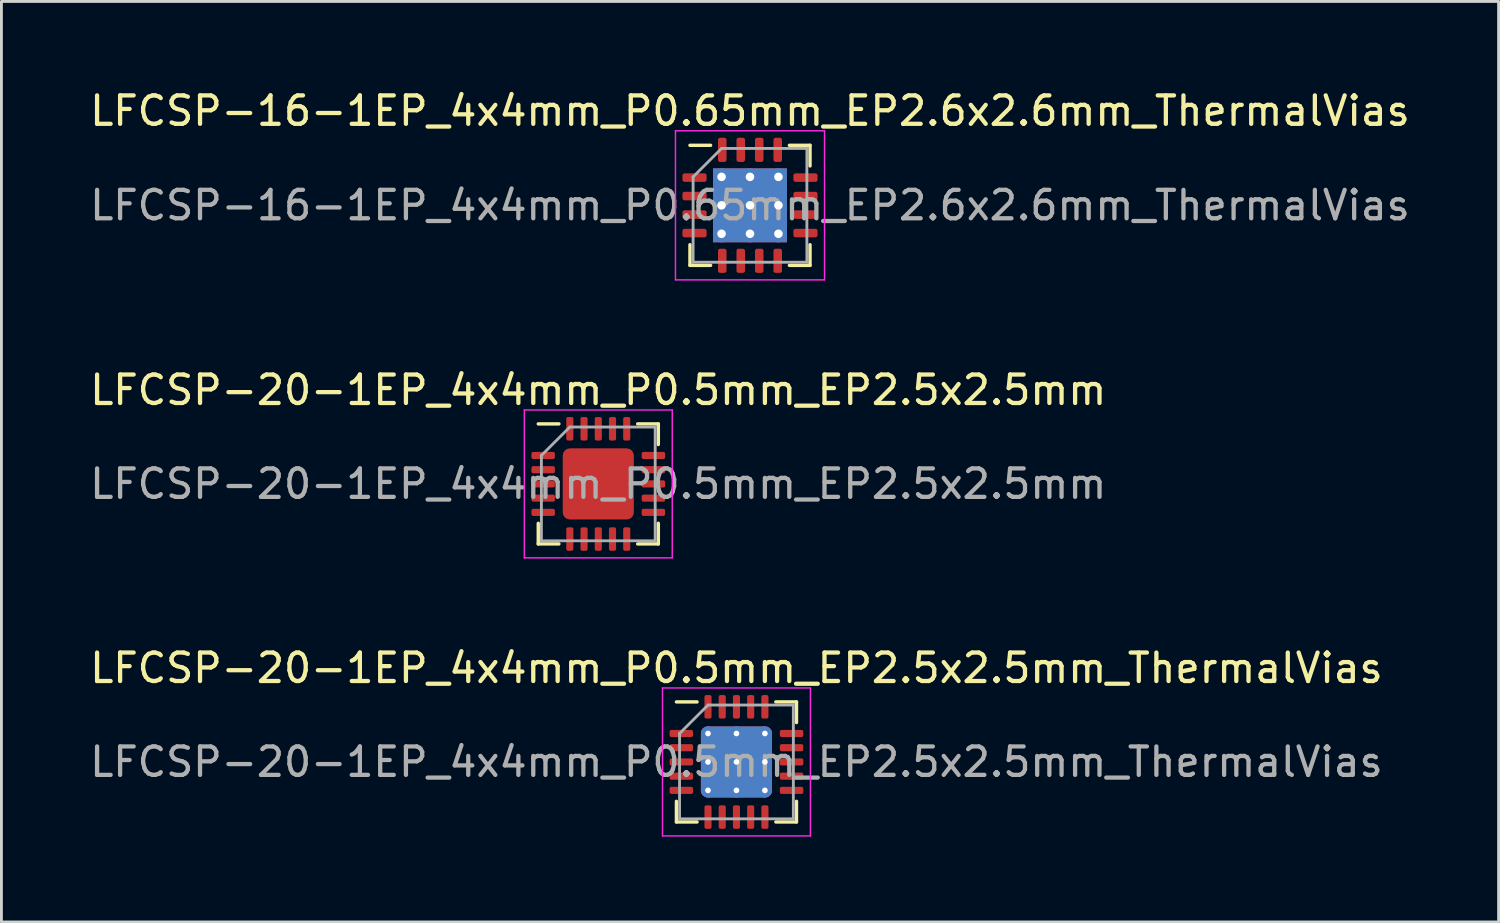
<source format=kicad_pcb>
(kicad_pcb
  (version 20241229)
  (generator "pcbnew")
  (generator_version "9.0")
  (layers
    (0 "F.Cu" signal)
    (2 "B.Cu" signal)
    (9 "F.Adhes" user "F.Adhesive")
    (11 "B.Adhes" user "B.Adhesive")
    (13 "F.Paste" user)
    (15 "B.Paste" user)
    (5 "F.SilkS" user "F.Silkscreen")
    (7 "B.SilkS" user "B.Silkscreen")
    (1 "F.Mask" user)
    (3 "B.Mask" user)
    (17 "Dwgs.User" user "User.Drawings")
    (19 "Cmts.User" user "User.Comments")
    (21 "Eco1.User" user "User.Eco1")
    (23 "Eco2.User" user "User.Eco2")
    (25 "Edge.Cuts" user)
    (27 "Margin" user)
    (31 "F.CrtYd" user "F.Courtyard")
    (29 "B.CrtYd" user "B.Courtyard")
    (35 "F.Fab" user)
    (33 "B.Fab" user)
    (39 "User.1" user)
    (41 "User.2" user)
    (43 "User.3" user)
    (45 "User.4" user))
  (footprint "LFCSP-20-1EP_4x4mm_P0.5mm_EP2.5x2.5mm_ThermalVias"
    (layer "F.Cu")
    (at 22.839 23.735)
    (property "Reference" "LFCSP-20-1EP_4x4mm_P0.5mm_EP2.5x2.5mm_ThermalVias" (at 0 -3.3 0) (layer "F.SilkS") (effects (font (size 1 1) (thickness 0.15))))
    (attr smd)
    (fp_line (start -2.11 2.11) (end -2.11 1.385) (stroke (width 0.12) (type solid)) (layer "F.SilkS"))
    (fp_line (start -1.385 -2.11) (end -2.11 -2.11) (stroke (width 0.12) (type solid)) (layer "F.SilkS"))
    (fp_line (start -1.385 2.11) (end -2.11 2.11) (stroke (width 0.12) (type solid)) (layer "F.SilkS"))
    (fp_line (start 1.385 -2.11) (end 2.11 -2.11) (stroke (width 0.12) (type solid)) (layer "F.SilkS"))
    (fp_line (start 1.385 2.11) (end 2.11 2.11) (stroke (width 0.12) (type solid)) (layer "F.SilkS"))
    (fp_line (start 2.11 -2.11) (end 2.11 -1.385) (stroke (width 0.12) (type solid)) (layer "F.SilkS"))
    (fp_line (start 2.11 2.11) (end 2.11 1.385) (stroke (width 0.12) (type solid)) (layer "F.SilkS"))
    (fp_line (start -2.6 -2.6) (end -2.6 2.6) (stroke (width 0.05) (type solid)) (layer "F.CrtYd"))
    (fp_line (start -2.6 2.6) (end 2.6 2.6) (stroke (width 0.05) (type solid)) (layer "F.CrtYd"))
    (fp_line (start 2.6 -2.6) (end -2.6 -2.6) (stroke (width 0.05) (type solid)) (layer "F.CrtYd"))
    (fp_line (start 2.6 2.6) (end 2.6 -2.6) (stroke (width 0.05) (type solid)) (layer "F.CrtYd"))
    (fp_line (start -2 -1) (end -1 -2) (stroke (width 0.1) (type solid)) (layer "F.Fab"))
    (fp_line (start -2 2) (end -2 -1) (stroke (width 0.1) (type solid)) (layer "F.Fab"))
    (fp_line (start -1 -2) (end 2 -2) (stroke (width 0.1) (type solid)) (layer "F.Fab"))
    (fp_line (start 2 -2) (end 2 2) (stroke (width 0.1) (type solid)) (layer "F.Fab"))
    (fp_line (start 2 2) (end -2 2) (stroke (width 0.1) (type solid)) (layer "F.Fab"))
    (fp_text user "${REFERENCE}" (at 0 0 0) (layer "F.Fab") (effects (font (size 1 1) (thickness 0.15))))
    (pad "" smd roundrect (at -0.625 -0.625) (size 1.08 1.08) (layers "F.Paste") (roundrect_rratio 0.231))
    (pad "" smd roundrect (at -0.625 0.625) (size 1.08 1.08) (layers "F.Paste") (roundrect_rratio 0.231))
    (pad "" smd roundrect (at 0.625 -0.625) (size 1.08 1.08) (layers "F.Paste") (roundrect_rratio 0.231))
    (pad "" smd roundrect (at 0.625 0.625) (size 1.08 1.08) (layers "F.Paste") (roundrect_rratio 0.231))
    (pad "1" smd roundrect (at -1.938 -1) (size 0.825 0.25) (layers "F.Cu" "F.Mask" "F.Paste") (roundrect_rratio 0.25))
    (pad "2" smd roundrect (at -1.938 -0.5) (size 0.825 0.25) (layers "F.Cu" "F.Mask" "F.Paste") (roundrect_rratio 0.25))
    (pad "3" smd roundrect (at -1.938 0) (size 0.825 0.25) (layers "F.Cu" "F.Mask" "F.Paste") (roundrect_rratio 0.25))
    (pad "4" smd roundrect (at -1.938 0.5) (size 0.825 0.25) (layers "F.Cu" "F.Mask" "F.Paste") (roundrect_rratio 0.25))
    (pad "5" smd roundrect (at -1.938 1) (size 0.825 0.25) (layers "F.Cu" "F.Mask" "F.Paste") (roundrect_rratio 0.25))
    (pad "6" smd roundrect (at -1 1.938) (size 0.25 0.825) (layers "F.Cu" "F.Mask" "F.Paste") (roundrect_rratio 0.25))
    (pad "7" smd roundrect (at -0.5 1.938) (size 0.25 0.825) (layers "F.Cu" "F.Mask" "F.Paste") (roundrect_rratio 0.25))
    (pad "8" smd roundrect (at 0 1.938) (size 0.25 0.825) (layers "F.Cu" "F.Mask" "F.Paste") (roundrect_rratio 0.25))
    (pad "9" smd roundrect (at 0.5 1.938) (size 0.25 0.825) (layers "F.Cu" "F.Mask" "F.Paste") (roundrect_rratio 0.25))
    (pad "10" smd roundrect (at 1 1.938) (size 0.25 0.825) (layers "F.Cu" "F.Mask" "F.Paste") (roundrect_rratio 0.25))
    (pad "11" smd roundrect (at 1.938 1) (size 0.825 0.25) (layers "F.Cu" "F.Mask" "F.Paste") (roundrect_rratio 0.25))
    (pad "12" smd roundrect (at 1.938 0.5) (size 0.825 0.25) (layers "F.Cu" "F.Mask" "F.Paste") (roundrect_rratio 0.25))
    (pad "13" smd roundrect (at 1.938 0) (size 0.825 0.25) (layers "F.Cu" "F.Mask" "F.Paste") (roundrect_rratio 0.25))
    (pad "14" smd roundrect (at 1.938 -0.5) (size 0.825 0.25) (layers "F.Cu" "F.Mask" "F.Paste") (roundrect_rratio 0.25))
    (pad "15" smd roundrect (at 1.938 -1) (size 0.825 0.25) (layers "F.Cu" "F.Mask" "F.Paste") (roundrect_rratio 0.25))
    (pad "16" smd roundrect (at 1 -1.938) (size 0.25 0.825) (layers "F.Cu" "F.Mask" "F.Paste") (roundrect_rratio 0.25))
    (pad "17" smd roundrect (at 0.5 -1.938) (size 0.25 0.825) (layers "F.Cu" "F.Mask" "F.Paste") (roundrect_rratio 0.25))
    (pad "18" smd roundrect (at 0 -1.938) (size 0.25 0.825) (layers "F.Cu" "F.Mask" "F.Paste") (roundrect_rratio 0.25))
    (pad "19" smd roundrect (at -0.5 -1.938) (size 0.25 0.825) (layers "F.Cu" "F.Mask" "F.Paste") (roundrect_rratio 0.25))
    (pad "20" smd roundrect (at -1 -1.938) (size 0.25 0.825) (layers "F.Cu" "F.Mask" "F.Paste") (roundrect_rratio 0.25))
    (pad "21" thru_hole circle (at -1 -1) (size 0.5 0.5) (drill 0.2) (layers "*.Cu"))
    (pad "21" thru_hole circle (at -1 0) (size 0.5 0.5) (drill 0.2) (layers "*.Cu"))
    (pad "21" thru_hole circle (at -1 1) (size 0.5 0.5) (drill 0.2) (layers "*.Cu"))
    (pad "21" thru_hole circle (at 0 -1) (size 0.5 0.5) (drill 0.2) (layers "*.Cu"))
    (pad "21" thru_hole circle (at 0 0) (size 0.5 0.5) (drill 0.2) (layers "*.Cu"))
    (pad "21" smd roundrect (at 0 0) (size 2.5 2.5) (layers "F.Cu" "F.Mask") (roundrect_rratio 0.1))
    (pad "21" smd roundrect (at 0 0) (size 2.5 2.5) (layers "B.Cu") (roundrect_rratio 0.1))
    (pad "21" thru_hole circle (at 0 1) (size 0.5 0.5) (drill 0.2) (layers "*.Cu"))
    (pad "21" thru_hole circle (at 1 -1) (size 0.5 0.5) (drill 0.2) (layers "*.Cu"))
    (pad "21" thru_hole circle (at 1 0) (size 0.5 0.5) (drill 0.2) (layers "*.Cu"))
    (pad "21" thru_hole circle (at 1 1) (size 0.5 0.5) (drill 0.2) (layers "*.Cu")))
  (footprint "LFCSP-16-1EP_4x4mm_P0.65mm_EP2.6x2.6mm_ThermalVias"
    (layer "F.Cu")
    (at 23.315 4.168)
    (property "Reference" "LFCSP-16-1EP_4x4mm_P0.65mm_EP2.6x2.6mm_ThermalVias" (at 0 -3.32 0) (layer "F.SilkS") (effects (font (size 1 1) (thickness 0.15))))
    (attr smd)
    (fp_line (start -2.11 2.11) (end -2.11 1.385) (stroke (width 0.12) (type solid)) (layer "F.SilkS"))
    (fp_line (start -1.385 -2.11) (end -2.11 -2.11) (stroke (width 0.12) (type solid)) (layer "F.SilkS"))
    (fp_line (start -1.385 2.11) (end -2.11 2.11) (stroke (width 0.12) (type solid)) (layer "F.SilkS"))
    (fp_line (start 1.385 -2.11) (end 2.11 -2.11) (stroke (width 0.12) (type solid)) (layer "F.SilkS"))
    (fp_line (start 1.385 2.11) (end 2.11 2.11) (stroke (width 0.12) (type solid)) (layer "F.SilkS"))
    (fp_line (start 2.11 -2.11) (end 2.11 -1.385) (stroke (width 0.12) (type solid)) (layer "F.SilkS"))
    (fp_line (start 2.11 2.11) (end 2.11 1.385) (stroke (width 0.12) (type solid)) (layer "F.SilkS"))
    (fp_line (start -2.62 -2.62) (end -2.62 2.62) (stroke (width 0.05) (type solid)) (layer "F.CrtYd"))
    (fp_line (start -2.62 2.62) (end 2.62 2.62) (stroke (width 0.05) (type solid)) (layer "F.CrtYd"))
    (fp_line (start 2.62 -2.62) (end -2.62 -2.62) (stroke (width 0.05) (type solid)) (layer "F.CrtYd"))
    (fp_line (start 2.62 2.62) (end 2.62 -2.62) (stroke (width 0.05) (type solid)) (layer "F.CrtYd"))
    (fp_line (start -2 -1) (end -1 -2) (stroke (width 0.1) (type solid)) (layer "F.Fab"))
    (fp_line (start -2 2) (end -2 -1) (stroke (width 0.1) (type solid)) (layer "F.Fab"))
    (fp_line (start -1 -2) (end 2 -2) (stroke (width 0.1) (type solid)) (layer "F.Fab"))
    (fp_line (start 2 -2) (end 2 2) (stroke (width 0.1) (type solid)) (layer "F.Fab"))
    (fp_line (start 2 2) (end -2 2) (stroke (width 0.1) (type solid)) (layer "F.Fab"))
    (fp_text user "${REFERENCE}" (at 0 0 0) (layer "F.Fab") (effects (font (size 1 1) (thickness 0.15))))
    (pad "" smd roundrect (at -0.65 -0.65) (size 1.13 1.13) (layers "F.Paste") (roundrect_rratio 0.221))
    (pad "" smd roundrect (at -0.65 0.65) (size 1.13 1.13) (layers "F.Paste") (roundrect_rratio 0.221))
    (pad "" smd roundrect (at 0.65 -0.65) (size 1.13 1.13) (layers "F.Paste") (roundrect_rratio 0.221))
    (pad "" smd roundrect (at 0.65 0.65) (size 1.13 1.13) (layers "F.Paste") (roundrect_rratio 0.221))
    (pad "1" smd roundrect (at -1.95 -0.975) (size 0.85 0.3) (layers "F.Cu" "F.Mask" "F.Paste") (roundrect_rratio 0.25))
    (pad "2" smd roundrect (at -1.95 -0.325) (size 0.85 0.3) (layers "F.Cu" "F.Mask" "F.Paste") (roundrect_rratio 0.25))
    (pad "3" smd roundrect (at -1.95 0.325) (size 0.85 0.3) (layers "F.Cu" "F.Mask" "F.Paste") (roundrect_rratio 0.25))
    (pad "4" smd roundrect (at -1.95 0.975) (size 0.85 0.3) (layers "F.Cu" "F.Mask" "F.Paste") (roundrect_rratio 0.25))
    (pad "5" smd roundrect (at -0.975 1.95) (size 0.3 0.85) (layers "F.Cu" "F.Mask" "F.Paste") (roundrect_rratio 0.25))
    (pad "6" smd roundrect (at -0.325 1.95) (size 0.3 0.85) (layers "F.Cu" "F.Mask" "F.Paste") (roundrect_rratio 0.25))
    (pad "7" smd roundrect (at 0.325 1.95) (size 0.3 0.85) (layers "F.Cu" "F.Mask" "F.Paste") (roundrect_rratio 0.25))
    (pad "8" smd roundrect (at 0.975 1.95) (size 0.3 0.85) (layers "F.Cu" "F.Mask" "F.Paste") (roundrect_rratio 0.25))
    (pad "9" smd roundrect (at 1.95 0.975) (size 0.85 0.3) (layers "F.Cu" "F.Mask" "F.Paste") (roundrect_rratio 0.25))
    (pad "10" smd roundrect (at 1.95 0.325) (size 0.85 0.3) (layers "F.Cu" "F.Mask" "F.Paste") (roundrect_rratio 0.25))
    (pad "11" smd roundrect (at 1.95 -0.325) (size 0.85 0.3) (layers "F.Cu" "F.Mask" "F.Paste") (roundrect_rratio 0.25))
    (pad "12" smd roundrect (at 1.95 -0.975) (size 0.85 0.3) (layers "F.Cu" "F.Mask" "F.Paste") (roundrect_rratio 0.25))
    (pad "13" smd roundrect (at 0.975 -1.95) (size 0.3 0.85) (layers "F.Cu" "F.Mask" "F.Paste") (roundrect_rratio 0.25))
    (pad "14" smd roundrect (at 0.325 -1.95) (size 0.3 0.85) (layers "F.Cu" "F.Mask" "F.Paste") (roundrect_rratio 0.25))
    (pad "15" smd roundrect (at -0.325 -1.95) (size 0.3 0.85) (layers "F.Cu" "F.Mask" "F.Paste") (roundrect_rratio 0.25))
    (pad "16" smd roundrect (at -0.975 -1.95) (size 0.3 0.85) (layers "F.Cu" "F.Mask" "F.Paste") (roundrect_rratio 0.25))
    (pad "17" thru_hole circle (at -1 -1) (size 0.6 0.6) (drill 0.3) (layers "*.Cu"))
    (pad "17" thru_hole circle (at -1 0) (size 0.6 0.6) (drill 0.3) (layers "*.Cu"))
    (pad "17" thru_hole circle (at -1 1) (size 0.6 0.6) (drill 0.3) (layers "*.Cu"))
    (pad "17" thru_hole circle (at 0 -1) (size 0.6 0.6) (drill 0.3) (layers "*.Cu"))
    (pad "17" thru_hole circle (at 0 0) (size 0.6 0.6) (drill 0.3) (layers "*.Cu"))
    (pad "17" smd rect (at 0 0) (size 2.6 2.6) (layers "F.Cu" "F.Mask"))
    (pad "17" smd rect (at 0 0) (size 2.6 2.6) (layers "B.Cu"))
    (pad "17" thru_hole circle (at 0 1) (size 0.6 0.6) (drill 0.3) (layers "*.Cu"))
    (pad "17" thru_hole circle (at 1 -1) (size 0.6 0.6) (drill 0.3) (layers "*.Cu"))
    (pad "17" thru_hole circle (at 1 0) (size 0.6 0.6) (drill 0.3) (layers "*.Cu"))
    (pad "17" thru_hole circle (at 1 1) (size 0.6 0.6) (drill 0.3) (layers "*.Cu")))
  (footprint "LFCSP-20-1EP_4x4mm_P0.5mm_EP2.5x2.5mm"
    (layer "F.Cu")
    (at 17.982 13.961)
    (property "Reference" "LFCSP-20-1EP_4x4mm_P0.5mm_EP2.5x2.5mm" (at 0 -3.3 0) (layer "F.SilkS") (effects (font (size 1 1) (thickness 0.15))))
    (attr smd)
    (fp_line (start -2.11 2.11) (end -2.11 1.385) (stroke (width 0.12) (type solid)) (layer "F.SilkS"))
    (fp_line (start -1.385 -2.11) (end -2.11 -2.11) (stroke (width 0.12) (type solid)) (layer "F.SilkS"))
    (fp_line (start -1.385 2.11) (end -2.11 2.11) (stroke (width 0.12) (type solid)) (layer "F.SilkS"))
    (fp_line (start 1.385 -2.11) (end 2.11 -2.11) (stroke (width 0.12) (type solid)) (layer "F.SilkS"))
    (fp_line (start 1.385 2.11) (end 2.11 2.11) (stroke (width 0.12) (type solid)) (layer "F.SilkS"))
    (fp_line (start 2.11 -2.11) (end 2.11 -1.385) (stroke (width 0.12) (type solid)) (layer "F.SilkS"))
    (fp_line (start 2.11 2.11) (end 2.11 1.385) (stroke (width 0.12) (type solid)) (layer "F.SilkS"))
    (fp_line (start -2.6 -2.6) (end -2.6 2.6) (stroke (width 0.05) (type solid)) (layer "F.CrtYd"))
    (fp_line (start -2.6 2.6) (end 2.6 2.6) (stroke (width 0.05) (type solid)) (layer "F.CrtYd"))
    (fp_line (start 2.6 -2.6) (end -2.6 -2.6) (stroke (width 0.05) (type solid)) (layer "F.CrtYd"))
    (fp_line (start 2.6 2.6) (end 2.6 -2.6) (stroke (width 0.05) (type solid)) (layer "F.CrtYd"))
    (fp_line (start -2 -1) (end -1 -2) (stroke (width 0.1) (type solid)) (layer "F.Fab"))
    (fp_line (start -2 2) (end -2 -1) (stroke (width 0.1) (type solid)) (layer "F.Fab"))
    (fp_line (start -1 -2) (end 2 -2) (stroke (width 0.1) (type solid)) (layer "F.Fab"))
    (fp_line (start 2 -2) (end 2 2) (stroke (width 0.1) (type solid)) (layer "F.Fab"))
    (fp_line (start 2 2) (end -2 2) (stroke (width 0.1) (type solid)) (layer "F.Fab"))
    (fp_text user "${REFERENCE}" (at 0 0 0) (layer "F.Fab") (effects (font (size 1 1) (thickness 0.15))))
    (pad "" smd roundrect (at -0.625 -0.625) (size 1.01 1.01) (layers "F.Paste") (roundrect_rratio 0.248))
    (pad "" smd roundrect (at -0.625 0.625) (size 1.01 1.01) (layers "F.Paste") (roundrect_rratio 0.248))
    (pad "" smd roundrect (at 0.625 -0.625) (size 1.01 1.01) (layers "F.Paste") (roundrect_rratio 0.248))
    (pad "" smd roundrect (at 0.625 0.625) (size 1.01 1.01) (layers "F.Paste") (roundrect_rratio 0.248))
    (pad "1" smd roundrect (at -1.938 -1) (size 0.825 0.25) (layers "F.Cu" "F.Mask" "F.Paste") (roundrect_rratio 0.25))
    (pad "2" smd roundrect (at -1.938 -0.5) (size 0.825 0.25) (layers "F.Cu" "F.Mask" "F.Paste") (roundrect_rratio 0.25))
    (pad "3" smd roundrect (at -1.938 0) (size 0.825 0.25) (layers "F.Cu" "F.Mask" "F.Paste") (roundrect_rratio 0.25))
    (pad "4" smd roundrect (at -1.938 0.5) (size 0.825 0.25) (layers "F.Cu" "F.Mask" "F.Paste") (roundrect_rratio 0.25))
    (pad "5" smd roundrect (at -1.938 1) (size 0.825 0.25) (layers "F.Cu" "F.Mask" "F.Paste") (roundrect_rratio 0.25))
    (pad "6" smd roundrect (at -1 1.938) (size 0.25 0.825) (layers "F.Cu" "F.Mask" "F.Paste") (roundrect_rratio 0.25))
    (pad "7" smd roundrect (at -0.5 1.938) (size 0.25 0.825) (layers "F.Cu" "F.Mask" "F.Paste") (roundrect_rratio 0.25))
    (pad "8" smd roundrect (at 0 1.938) (size 0.25 0.825) (layers "F.Cu" "F.Mask" "F.Paste") (roundrect_rratio 0.25))
    (pad "9" smd roundrect (at 0.5 1.938) (size 0.25 0.825) (layers "F.Cu" "F.Mask" "F.Paste") (roundrect_rratio 0.25))
    (pad "10" smd roundrect (at 1 1.938) (size 0.25 0.825) (layers "F.Cu" "F.Mask" "F.Paste") (roundrect_rratio 0.25))
    (pad "11" smd roundrect (at 1.938 1) (size 0.825 0.25) (layers "F.Cu" "F.Mask" "F.Paste") (roundrect_rratio 0.25))
    (pad "12" smd roundrect (at 1.938 0.5) (size 0.825 0.25) (layers "F.Cu" "F.Mask" "F.Paste") (roundrect_rratio 0.25))
    (pad "13" smd roundrect (at 1.938 0) (size 0.825 0.25) (layers "F.Cu" "F.Mask" "F.Paste") (roundrect_rratio 0.25))
    (pad "14" smd roundrect (at 1.938 -0.5) (size 0.825 0.25) (layers "F.Cu" "F.Mask" "F.Paste") (roundrect_rratio 0.25))
    (pad "15" smd roundrect (at 1.938 -1) (size 0.825 0.25) (layers "F.Cu" "F.Mask" "F.Paste") (roundrect_rratio 0.25))
    (pad "16" smd roundrect (at 1 -1.938) (size 0.25 0.825) (layers "F.Cu" "F.Mask" "F.Paste") (roundrect_rratio 0.25))
    (pad "17" smd roundrect (at 0.5 -1.938) (size 0.25 0.825) (layers "F.Cu" "F.Mask" "F.Paste") (roundrect_rratio 0.25))
    (pad "18" smd roundrect (at 0 -1.938) (size 0.25 0.825) (layers "F.Cu" "F.Mask" "F.Paste") (roundrect_rratio 0.25))
    (pad "19" smd roundrect (at -0.5 -1.938) (size 0.25 0.825) (layers "F.Cu" "F.Mask" "F.Paste") (roundrect_rratio 0.25))
    (pad "20" smd roundrect (at -1 -1.938) (size 0.25 0.825) (layers "F.Cu" "F.Mask" "F.Paste") (roundrect_rratio 0.25))
    (pad "21" smd roundrect (at 0 0) (size 2.5 2.5) (layers "F.Cu" "F.Mask") (roundrect_rratio 0.1)))
  (gr_rect
    (start -3 -3)
    (end 49.631 29.36)
    (stroke (width 0.1) (type default))
    (fill no)
    (layer "Edge.Cuts")))
</source>
